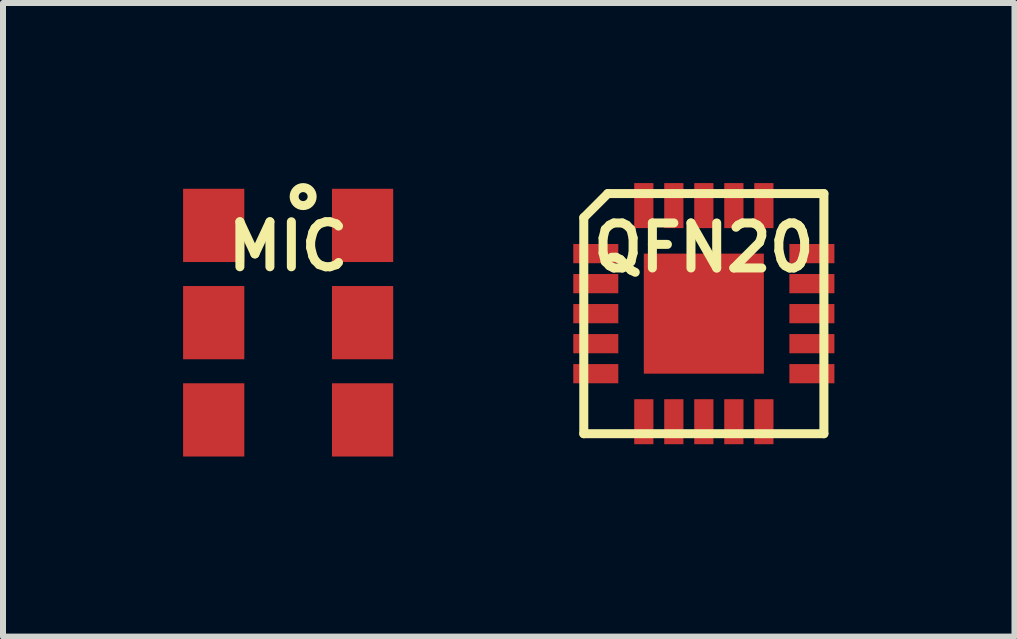
<source format=kicad_pcb>
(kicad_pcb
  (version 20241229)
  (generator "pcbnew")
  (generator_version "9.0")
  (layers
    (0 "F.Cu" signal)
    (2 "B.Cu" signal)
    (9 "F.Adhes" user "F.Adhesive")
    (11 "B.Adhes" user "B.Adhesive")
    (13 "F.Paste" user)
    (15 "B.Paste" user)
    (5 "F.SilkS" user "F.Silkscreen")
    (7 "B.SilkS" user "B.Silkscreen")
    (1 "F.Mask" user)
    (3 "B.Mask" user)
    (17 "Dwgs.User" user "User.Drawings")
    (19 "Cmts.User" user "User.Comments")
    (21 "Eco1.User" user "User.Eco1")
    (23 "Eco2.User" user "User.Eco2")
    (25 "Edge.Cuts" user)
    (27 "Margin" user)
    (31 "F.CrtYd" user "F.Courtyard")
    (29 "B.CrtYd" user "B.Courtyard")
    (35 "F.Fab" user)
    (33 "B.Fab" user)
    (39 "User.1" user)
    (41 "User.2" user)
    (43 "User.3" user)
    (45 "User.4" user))
  (footprint "QFN20"
    (layer "F.Cu")
    (at 8.675 2.175)
    (property "Reference" "QFN20" (at 0 -1.1 0) (layer "F.SilkS") (effects (font (size 0.75 0.75) (thickness 0.15))))
    (attr through_hole)
    (fp_line (start -2 -1.6) (end -2 2) (stroke (width 0.15) (type solid)) (layer "F.SilkS"))
    (fp_line (start -1.6 -2) (end -2 -1.6) (stroke (width 0.15) (type solid)) (layer "F.SilkS"))
    (fp_line (start -1.6 -2) (end 2 -2) (stroke (width 0.15) (type solid)) (layer "F.SilkS"))
    (fp_line (start 2 -2) (end 2 2) (stroke (width 0.15) (type solid)) (layer "F.SilkS"))
    (fp_line (start 2 2) (end -2 2) (stroke (width 0.15) (type solid)) (layer "F.SilkS"))
    (pad "1" connect rect (at -1.8 -1) (size 0.75 0.32) (layers "F.Cu" "F.Mask"))
    (pad "2" connect rect (at -1.8 -0.5) (size 0.75 0.32) (layers "F.Cu" "F.Mask"))
    (pad "3" connect rect (at -1.8 0) (size 0.75 0.32) (layers "F.Cu" "F.Mask"))
    (pad "4" connect rect (at -1.8 0.5) (size 0.75 0.32) (layers "F.Cu" "F.Mask"))
    (pad "5" connect rect (at -1.8 1) (size 0.75 0.32) (layers "F.Cu" "F.Mask"))
    (pad "6" connect rect (at -1 1.8) (size 0.32 0.75) (layers "F.Cu" "F.Mask"))
    (pad "7" connect rect (at -0.5 1.8) (size 0.32 0.75) (layers "F.Cu" "F.Mask"))
    (pad "8" connect rect (at 0 1.8) (size 0.32 0.75) (layers "F.Cu" "F.Mask"))
    (pad "9" connect rect (at 0.5 1.8) (size 0.32 0.75) (layers "F.Cu" "F.Mask"))
    (pad "10" connect rect (at 1 1.8) (size 0.32 0.75) (layers "F.Cu" "F.Mask"))
    (pad "11" connect rect (at 1.8 1) (size 0.75 0.32) (layers "F.Cu" "F.Mask"))
    (pad "12" connect rect (at 1.8 0.5) (size 0.75 0.32) (layers "F.Cu" "F.Mask"))
    (pad "13" connect rect (at 1.8 0) (size 0.75 0.32) (layers "F.Cu" "F.Mask"))
    (pad "14" connect rect (at 1.8 -0.5) (size 0.75 0.32) (layers "F.Cu" "F.Mask"))
    (pad "15" connect rect (at 1.8 -1) (size 0.75 0.32) (layers "F.Cu" "F.Mask"))
    (pad "16" connect rect (at 1 -1.8) (size 0.32 0.75) (layers "F.Cu" "F.Mask"))
    (pad "17" connect rect (at 0.5 -1.8) (size 0.32 0.75) (layers "F.Cu" "F.Mask"))
    (pad "18" connect rect (at 0 -1.8) (size 0.32 0.75) (layers "F.Cu" "F.Mask"))
    (pad "19" connect rect (at -0.5 -1.8) (size 0.32 0.75) (layers "F.Cu" "F.Mask"))
    (pad "20" connect rect (at -1 -1.8) (size 0.32 0.75) (layers "F.Cu" "F.Mask"))
    (pad "21" connect rect (at 0 0) (size 2 2) (layers "F.Cu" "F.Mask")))
  (footprint "MIC"
    (layer "F.Cu")
    (at 1.75 2.325)
    (property "Reference" "MIC" (at 0 -1.27 0) (layer "F.SilkS") (effects (font (size 0.75 0.75) (thickness 0.15))))
    (attr through_hole)
    (fp_circle (center 0.25 -2.1) (end 0.25 -2.25) (stroke (width 0.15) (type solid)) (fill no) (layer "F.SilkS"))
    (pad "1" smd rect (at 1.24 -1.62) (size 1.02 1.22) (layers "F.Cu" "F.Mask" "F.Paste"))
    (pad "2" smd rect (at 1.24 0) (size 1.02 1.22) (layers "F.Cu" "F.Mask" "F.Paste"))
    (pad "3" smd rect (at 1.24 1.62) (size 1.02 1.22) (layers "F.Cu" "F.Mask" "F.Paste"))
    (pad "4" smd rect (at -1.24 1.62) (size 1.02 1.22) (layers "F.Cu" "F.Mask" "F.Paste"))
    (pad "5" smd rect (at -1.24 0) (size 1.02 1.22) (layers "F.Cu" "F.Mask" "F.Paste"))
    (pad "6" smd rect (at -1.24 -1.62) (size 1.02 1.22) (layers "F.Cu" "F.Mask" "F.Paste")))
  (gr_rect
    (start -3 -3)
    (end 13.85 7.555)
    (stroke (width 0.1) (type default))
    (fill no)
    (layer "Edge.Cuts")))
</source>
